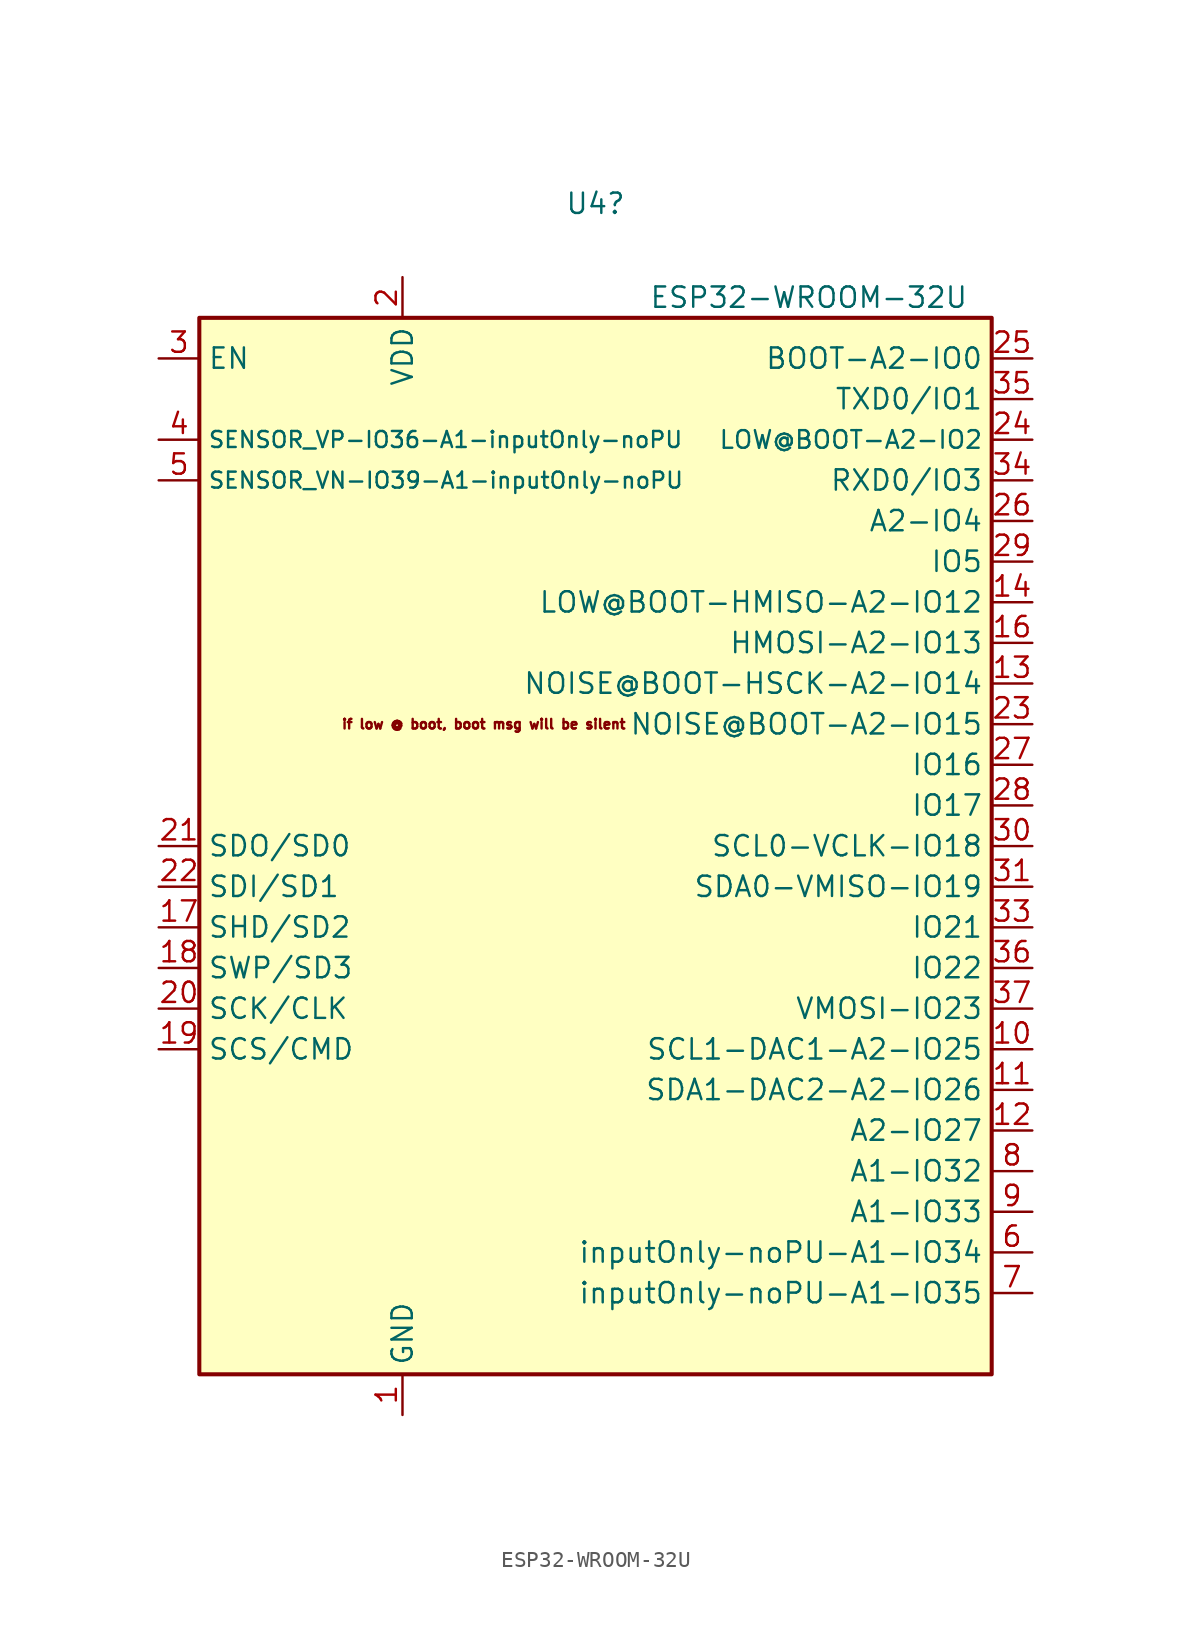
<source format=kicad_sym>
(kicad_symbol_lib
  (version 20211014)
  (generator kicad_symbol_editor)
  (symbol "ESP32-WROOM-32U"
    (property "Reference" "U4"
      (at -0.635 40.157 0)
      (effects (font (size 1.27 1.27))))
    (property "Value" "ESP32-WROOM-32U"
      (at 12.7 34.29 0)
      (effects (font (size 1.27 1.27))))
    (symbol "ESP32-WROOM-32U_0_0"
      (text "if low @ boot, boot msg will be silent" (at -7.62 7.62 0) (effects (font (size 0.6 0.6)))))
    (symbol "ESP32-WROOM-32U_0_1"
      (rectangle (start -25.4 33.02) (end 24.13 -33.02) (stroke (width 0.254) (type default) (color 0 0 0 0)) (fill (type background))))
    (symbol "ESP32-WROOM-32U_1_1"
      (pin power_in line (at -12.7 -35.56 90) (length 2.54) (name "GND" (effects (font (size 1.27 1.27)))) (number "1" (effects (font (size 1.27 1.27)))))
      (pin bidirectional line (at 26.67 -12.7 180) (length 2.54) (name "SCL1-DAC1-A2-IO25" (effects (font (size 1.27 1.27)))) (number "10" (effects (font (size 1.27 1.27)))))
      (pin bidirectional line (at 26.67 -15.24 180) (length 2.54) (name "SDA1-DAC2-A2-IO26" (effects (font (size 1.27 1.27)))) (number "11" (effects (font (size 1.27 1.27)))))
      (pin bidirectional line (at 26.67 -17.78 180) (length 2.54) (name "A2-IO27" (effects (font (size 1.27 1.27)))) (number "12" (effects (font (size 1.27 1.27)))))
      (pin bidirectional line (at 26.67 10.16 180) (length 2.54) (name "NOISE@BOOT-HSCK-A2-IO14" (effects (font (size 1.27 1.27)))) (number "13" (effects (font (size 1.27 1.27)))))
      (pin bidirectional line (at 26.67 15.24 180) (length 2.54) (name "LOW@BOOT-HMISO-A2-IO12" (effects (font (size 1.27 1.27)))) (number "14" (effects (font (size 1.27 1.27)))))
      (pin passive line (at -12.7 -35.56 90) (length 2.54) hide (name "GND" (effects (font (size 1.27 1.27)))) (number "15" (effects (font (size 1.27 1.27)))))
      (pin bidirectional line (at 26.67 12.7 180) (length 2.54) (name "HMOSI-A2-IO13" (effects (font (size 1.27 1.27)))) (number "16" (effects (font (size 1.27 1.27)))))
      (pin bidirectional line (at -27.94 -5.08 0) (length 2.54) (name "SHD/SD2" (effects (font (size 1.27 1.27)))) (number "17" (effects (font (size 1.27 1.27)))))
      (pin bidirectional line (at -27.94 -7.62 0) (length 2.54) (name "SWP/SD3" (effects (font (size 1.27 1.27)))) (number "18" (effects (font (size 1.27 1.27)))))
      (pin bidirectional line (at -27.94 -12.7 0) (length 2.54) (name "SCS/CMD" (effects (font (size 1.27 1.27)))) (number "19" (effects (font (size 1.27 1.27)))))
      (pin power_in line (at -12.7 35.56 270) (length 2.54) (name "VDD" (effects (font (size 1.27 1.27)))) (number "2" (effects (font (size 1.27 1.27)))))
      (pin bidirectional line (at -27.94 -10.16 0) (length 2.54) (name "SCK/CLK" (effects (font (size 1.27 1.27)))) (number "20" (effects (font (size 1.27 1.27)))))
      (pin bidirectional line (at -27.94 0 0) (length 2.54) (name "SDO/SD0" (effects (font (size 1.27 1.27)))) (number "21" (effects (font (size 1.27 1.27)))))
      (pin bidirectional line (at -27.94 -2.54 0) (length 2.54) (name "SDI/SD1" (effects (font (size 1.27 1.27)))) (number "22" (effects (font (size 1.27 1.27)))))
      (pin bidirectional line (at 26.67 7.62 180) (length 2.54) (name "NOISE@BOOT-A2-IO15" (effects (font (size 1.27 1.27)))) (number "23" (effects (font (size 1.27 1.27)))))
      (pin bidirectional line (at 26.67 25.4 180) (length 2.54) (name "LOW@BOOT-A2-IO2" (effects (font (size 1.1 1.1)))) (number "24" (effects (font (size 1.27 1.27)))))
      (pin bidirectional line (at 26.67 30.48 180) (length 2.54) (name "BOOT-A2-IO0" (effects (font (size 1.27 1.27)))) (number "25" (effects (font (size 1.27 1.27)))))
      (pin bidirectional line (at 26.67 20.32 180) (length 2.54) (name "A2-IO4" (effects (font (size 1.27 1.27)))) (number "26" (effects (font (size 1.27 1.27)))))
      (pin bidirectional line (at 26.67 5.08 180) (length 2.54) (name "IO16" (effects (font (size 1.27 1.27)))) (number "27" (effects (font (size 1.27 1.27)))))
      (pin bidirectional line (at 26.67 2.54 180) (length 2.54) (name "IO17" (effects (font (size 1.27 1.27)))) (number "28" (effects (font (size 1.27 1.27)))))
      (pin bidirectional line (at 26.67 17.78 180) (length 2.54) (name "IO5" (effects (font (size 1.27 1.27)))) (number "29" (effects (font (size 1.27 1.27)))))
      (pin input line (at -27.94 30.48 0) (length 2.54) (name "EN" (effects (font (size 1.27 1.27)))) (number "3" (effects (font (size 1.27 1.27)))))
      (pin bidirectional line (at 26.67 0 180) (length 2.54) (name "SCL0-VCLK-IO18" (effects (font (size 1.27 1.27)))) (number "30" (effects (font (size 1.27 1.27)))))
      (pin bidirectional line (at 26.67 -2.54 180) (length 2.54) (name "SDA0-VMISO-IO19" (effects (font (size 1.27 1.27)))) (number "31" (effects (font (size 1.27 1.27)))))
      (pin no_connect line (at -25.4 -27.94 0) (length 2.54) hide (name "NC" (effects (font (size 1.27 1.27)))) (number "32" (effects (font (size 1.27 1.27)))))
      (pin bidirectional line (at 26.67 -5.08 180) (length 2.54) (name "IO21" (effects (font (size 1.27 1.27)))) (number "33" (effects (font (size 1.27 1.27)))))
      (pin bidirectional line (at 26.67 22.86 180) (length 2.54) (name "RXD0/IO3" (effects (font (size 1.27 1.27)))) (number "34" (effects (font (size 1.27 1.27)))))
      (pin bidirectional line (at 26.67 27.94 180) (length 2.54) (name "TXD0/IO1" (effects (font (size 1.27 1.27)))) (number "35" (effects (font (size 1.27 1.27)))))
      (pin bidirectional line (at 26.67 -7.62 180) (length 2.54) (name "IO22" (effects (font (size 1.27 1.27)))) (number "36" (effects (font (size 1.27 1.27)))))
      (pin bidirectional line (at 26.67 -10.16 180) (length 2.54) (name "VMOSI-IO23" (effects (font (size 1.27 1.27)))) (number "37" (effects (font (size 1.27 1.27)))))
      (pin passive line (at -12.7 -35.56 90) (length 2.54) hide (name "GND" (effects (font (size 1.27 1.27)))) (number "38" (effects (font (size 1.27 1.27)))))
      (pin passive line (at -12.7 -35.56 90) (length 2.54) hide (name "GND" (effects (font (size 1.27 1.27)))) (number "39" (effects (font (size 1.27 1.27)))))
      (pin input line (at -27.94 25.4 0) (length 2.54) (name "SENSOR_VP-IO36-A1-inputOnly-noPU" (effects (font (size 1 1)))) (number "4" (effects (font (size 1.27 1.27)))))
      (pin input line (at -27.94 22.86 0) (length 2.54) (name "SENSOR_VN-IO39-A1-inputOnly-noPU" (effects (font (size 1 1)))) (number "5" (effects (font (size 1.27 1.27)))))
      (pin input line (at 26.67 -25.4 180) (length 2.54) (name "inputOnly-noPU-A1-IO34" (effects (font (size 1.27 1.27)))) (number "6" (effects (font (size 1.27 1.27)))))
      (pin input line (at 26.67 -27.94 180) (length 2.54) (name "inputOnly-noPU-A1-IO35" (effects (font (size 1.27 1.27)))) (number "7" (effects (font (size 1.27 1.27)))))
      (pin bidirectional line (at 26.67 -20.32 180) (length 2.54) (name "A1-IO32" (effects (font (size 1.27 1.27)))) (number "8" (effects (font (size 1.27 1.27)))))
      (pin bidirectional line (at 26.67 -22.86 180) (length 2.54) (name "A1-IO33" (effects (font (size 1.27 1.27)))) (number "9" (effects (font (size 1.27 1.27))))))))
</source>
